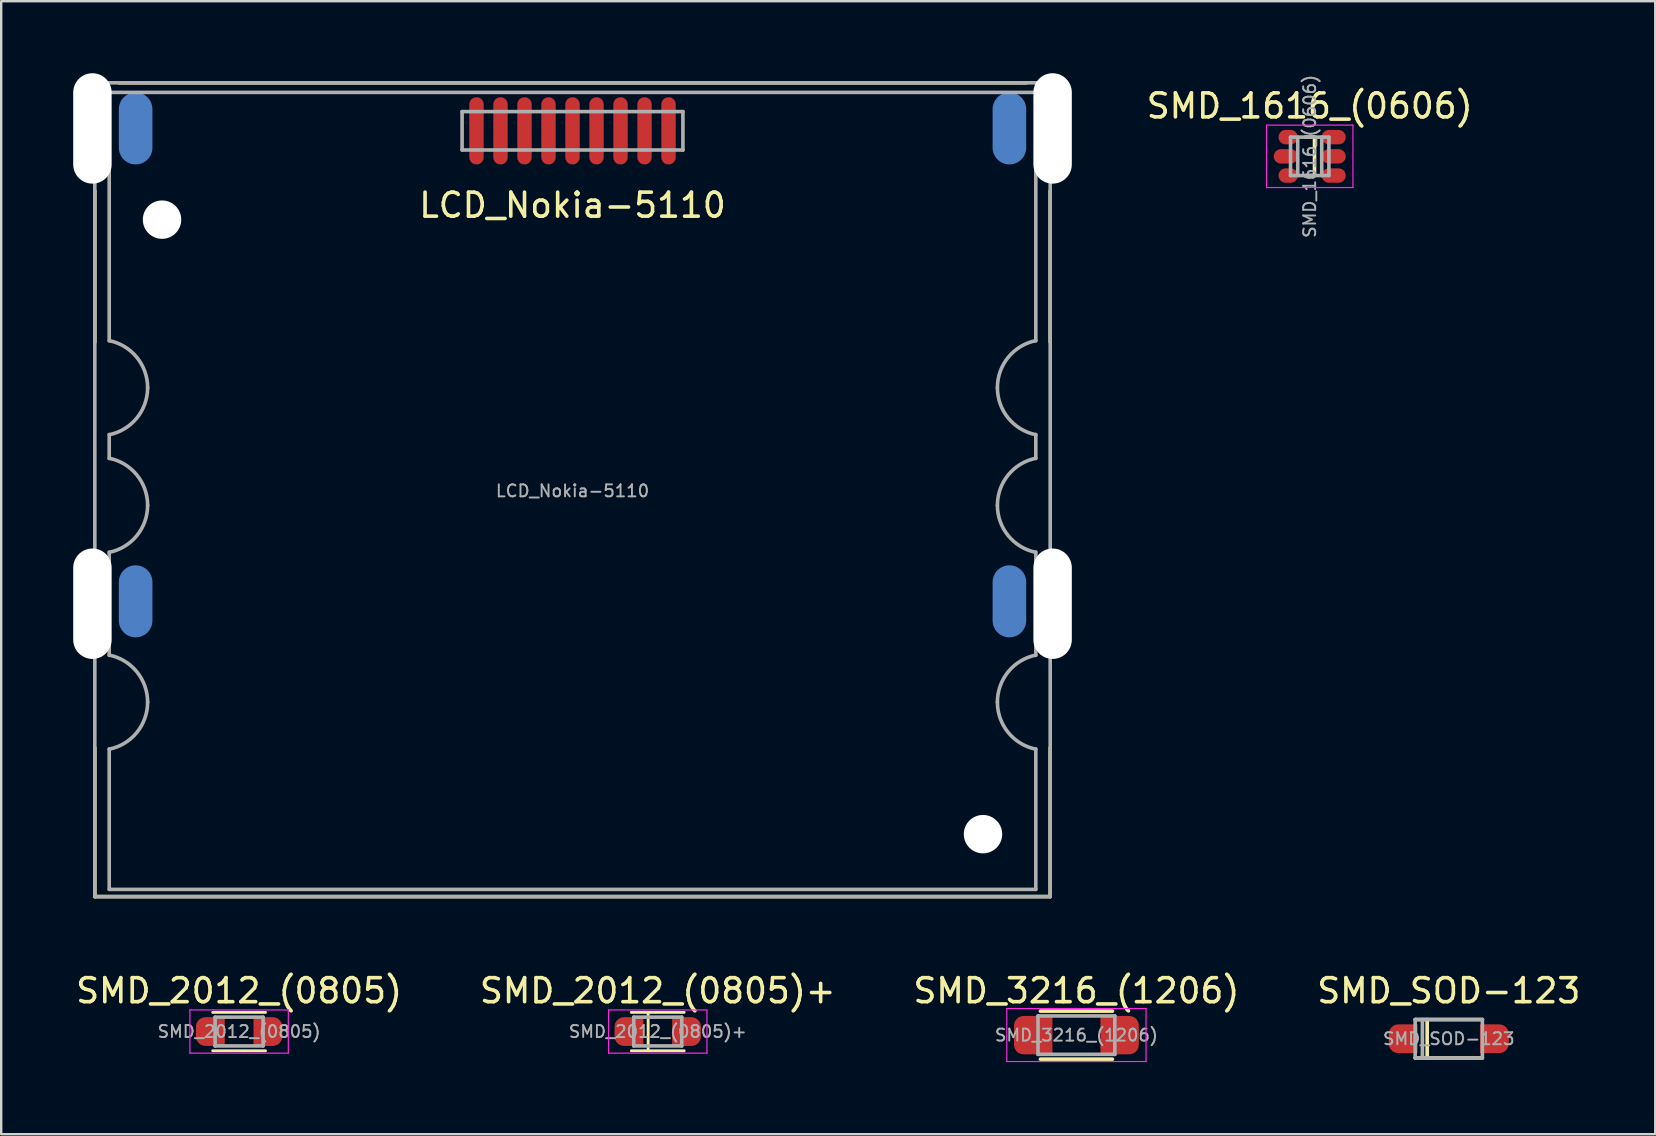
<source format=kicad_pcb>
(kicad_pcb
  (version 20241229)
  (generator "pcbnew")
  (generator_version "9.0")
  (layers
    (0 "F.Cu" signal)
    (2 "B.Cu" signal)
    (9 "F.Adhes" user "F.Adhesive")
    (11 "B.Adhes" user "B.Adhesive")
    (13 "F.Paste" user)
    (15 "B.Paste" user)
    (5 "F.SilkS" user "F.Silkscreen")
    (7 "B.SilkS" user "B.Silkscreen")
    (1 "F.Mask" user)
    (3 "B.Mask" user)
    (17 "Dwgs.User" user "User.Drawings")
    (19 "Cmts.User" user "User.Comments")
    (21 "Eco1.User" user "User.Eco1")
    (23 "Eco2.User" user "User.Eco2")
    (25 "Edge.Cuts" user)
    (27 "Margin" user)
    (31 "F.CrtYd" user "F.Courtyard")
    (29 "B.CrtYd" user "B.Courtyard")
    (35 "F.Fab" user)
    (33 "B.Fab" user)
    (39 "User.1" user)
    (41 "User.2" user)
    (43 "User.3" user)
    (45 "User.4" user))
  (footprint "SMD_2012_(0805)+"
    (layer "F.Cu")
    (at 24.351 39.923)
    (property "Reference" "SMD_2012_(0805)+" (at 0 -1.7 0) (layer "F.SilkS") (effects (font (size 1 1) (thickness 0.15))))
    (attr smd)
    (fp_line (start -1.1 -0.8) (end 1.1 -0.8) (stroke (width 0.12) (type solid)) (layer "F.SilkS"))
    (fp_line (start -0.4 -0.8) (end -0.4 0.8) (stroke (width 0.12) (type solid)) (layer "F.SilkS"))
    (fp_line (start 1.1 0.8) (end -1.1 0.8) (stroke (width 0.12) (type solid)) (layer "F.SilkS"))
    (fp_line (start -2.05 -0.9) (end -2.05 0.9) (stroke (width 0.05) (type solid)) (layer "F.CrtYd"))
    (fp_line (start -2.05 -0.9) (end 2.05 -0.9) (stroke (width 0.05) (type solid)) (layer "F.CrtYd"))
    (fp_line (start 2.05 0.9) (end -2.05 0.9) (stroke (width 0.05) (type solid)) (layer "F.CrtYd"))
    (fp_line (start 2.05 0.9) (end 2.05 -0.9) (stroke (width 0.05) (type solid)) (layer "F.CrtYd"))
    (fp_line (start -1 -0.6) (end 1 -0.6) (stroke (width 0.15) (type solid)) (layer "F.Fab"))
    (fp_line (start -1 0.6) (end -1 -0.6) (stroke (width 0.15) (type solid)) (layer "F.Fab"))
    (fp_line (start 1 -0.6) (end 1 0.6) (stroke (width 0.15) (type solid)) (layer "F.Fab"))
    (fp_line (start 1 0.6) (end -1 0.6) (stroke (width 0.15) (type solid)) (layer "F.Fab"))
    (fp_text user "${REFERENCE}" (at 0 0 0) (layer "F.Fab") (effects (font (size 0.5 0.5) (thickness 0.08))))
    (pad "1" smd custom (at -1.2 0) (size 1.2 1.2) (layers "F.Cu" "F.Mask" "F.Paste") (options (anchor circle)) (primitives (gr_poly (pts (xy 0.6 0.6) (xy -0.2 0.6) (xy -0.6 0.2) (xy -0.6 -0.2) (xy -0.2 -0.6) (xy 0.6 -0.6)) (width 0) (fill yes)) (gr_circle (center -0.2 0.2) (end 0.2 0.2) (width 0) (fill yes)) (gr_circle (center -0.2 -0.2) (end 0.2 -0.2) (width 0) (fill yes))))
    (pad "2" smd custom (at 1.2 0 180) (size 1.2 1.2) (layers "F.Cu" "F.Mask" "F.Paste") (options (anchor circle)) (primitives (gr_poly (pts (xy 0.6 0.6) (xy -0.2 0.6) (xy -0.6 0.2) (xy -0.6 -0.2) (xy -0.2 -0.6) (xy 0.6 -0.6)) (width 0) (fill yes)) (gr_circle (center -0.2 0.2) (end 0.2 0.2) (width 0) (fill yes)) (gr_circle (center -0.2 -0.2) (end 0.2 -0.2) (width 0) (fill yes)))))
  (footprint "SMD_1616_(0606)"
    (layer "F.Cu")
    (at 51.511 3.463)
    (property "Reference" "SMD_1616_(0606)" (at 0 -2.1 0) (layer "F.SilkS") (effects (font (size 1 1) (thickness 0.15))))
    (attr smd)
    (fp_line (start -0.2 -0.8) (end 0.2 -0.8) (stroke (width 0.15) (type solid)) (layer "F.SilkS"))
    (fp_line (start 0.2 -0.8) (end 0.2 0.8) (stroke (width 0.15) (type solid)) (layer "F.SilkS"))
    (fp_line (start 0.2 0.8) (end -0.2 0.8) (stroke (width 0.15) (type solid)) (layer "F.SilkS"))
    (fp_line (start -1.8 -1.3) (end -1.8 1.3) (stroke (width 0.05) (type solid)) (layer "F.CrtYd"))
    (fp_line (start -1.8 -1.3) (end 1.8 -1.3) (stroke (width 0.05) (type solid)) (layer "F.CrtYd"))
    (fp_line (start 1.8 1.3) (end -1.8 1.3) (stroke (width 0.05) (type solid)) (layer "F.CrtYd"))
    (fp_line (start 1.8 1.3) (end 1.8 -1.3) (stroke (width 0.05) (type solid)) (layer "F.CrtYd"))
    (fp_line (start -0.8 -0.8) (end 0.8 -0.8) (stroke (width 0.15) (type solid)) (layer "F.Fab"))
    (fp_line (start -0.8 0.8) (end -0.8 -0.8) (stroke (width 0.15) (type solid)) (layer "F.Fab"))
    (fp_line (start -0.5 -0.8) (end -0.5 0.8) (stroke (width 0.15) (type solid)) (layer "F.Fab"))
    (fp_line (start 0.5 -0.8) (end 0.5 0.8) (stroke (width 0.15) (type solid)) (layer "F.Fab"))
    (fp_line (start 0.8 -0.8) (end 0.8 0.8) (stroke (width 0.15) (type solid)) (layer "F.Fab"))
    (fp_line (start 0.8 0.8) (end -0.8 0.8) (stroke (width 0.15) (type solid)) (layer "F.Fab"))
    (fp_text user "${REFERENCE}" (at 0 0 90) (layer "F.Fab") (effects (font (size 0.5 0.5) (thickness 0.08))))
    (pad "1" smd oval (at -0.9 -0.8) (size 0.8 0.6) (layers "F.Cu" "F.Mask" "F.Paste"))
    (pad "2" smd oval (at -1 0) (size 1 0.6) (layers "F.Cu" "F.Mask" "F.Paste"))
    (pad "3" smd oval (at -0.9 0.8) (size 0.8 0.6) (layers "F.Cu" "F.Mask" "F.Paste"))
    (pad "4" smd oval (at 1 0.8) (size 1 0.6) (layers "F.Cu" "F.Mask" "F.Paste"))
    (pad "5" smd oval (at 1 0) (size 1 0.6) (layers "F.Cu" "F.Mask" "F.Paste"))
    (pad "6" smd oval (at 1 -0.8) (size 1 0.6) (layers "F.Cu" "F.Mask" "F.Paste")))
  (footprint "SMD_3216_(1206)"
    (layer "F.Cu")
    (at 41.792 40.073)
    (property "Reference" "SMD_3216_(1206)" (at 0 -1.85 0) (layer "F.SilkS") (effects (font (size 1 1) (thickness 0.15))))
    (attr smd)
    (fp_line (start -1.5 -1) (end 1.5 -1) (stroke (width 0.15) (type solid)) (layer "F.SilkS"))
    (fp_line (start 1.5 1) (end -1.5 1) (stroke (width 0.15) (type solid)) (layer "F.SilkS"))
    (fp_line (start -2.9 -1.11) (end -2.9 1.1) (stroke (width 0.05) (type solid)) (layer "F.CrtYd"))
    (fp_line (start -2.9 -1.11) (end 2.9 -1.11) (stroke (width 0.05) (type solid)) (layer "F.CrtYd"))
    (fp_line (start 2.9 1.1) (end -2.9 1.1) (stroke (width 0.05) (type solid)) (layer "F.CrtYd"))
    (fp_line (start 2.9 1.1) (end 2.9 -1.11) (stroke (width 0.05) (type solid)) (layer "F.CrtYd"))
    (fp_line (start -1.6 -0.8) (end 1.6 -0.8) (stroke (width 0.15) (type solid)) (layer "F.Fab"))
    (fp_line (start -1.6 0.8) (end -1.6 -0.8) (stroke (width 0.15) (type solid)) (layer "F.Fab"))
    (fp_line (start 1.6 -0.8) (end 1.6 0.8) (stroke (width 0.15) (type solid)) (layer "F.Fab"))
    (fp_line (start 1.6 0.8) (end -1.6 0.8) (stroke (width 0.15) (type solid)) (layer "F.Fab"))
    (fp_text user "${REFERENCE}" (at 0 0 0) (layer "F.Fab") (effects (font (size 0.5 0.5) (thickness 0.08))))
    (pad "1" smd custom (at -1.8 0) (size 1.6 1.6) (layers "F.Cu" "F.Mask" "F.Paste") (options (anchor circle)) (primitives (gr_poly (pts (xy 0.8 0.8) (xy -0.4 0.8) (xy -0.8 0.4) (xy -0.8 -0.4) (xy -0.4 -0.8) (xy 0.8 -0.8)) (width 0) (fill yes)) (gr_circle (center -0.4 0.4) (end 0 0.4) (width 0) (fill yes)) (gr_circle (center -0.4 -0.4) (end 0 -0.4) (width 0) (fill yes))))
    (pad "2" smd custom (at 1.8 0 180) (size 1.6 1.6) (layers "F.Cu" "F.Mask" "F.Paste") (options (anchor circle)) (primitives (gr_poly (pts (xy 0.8 0.8) (xy -0.4 0.8) (xy -0.8 0.4) (xy -0.8 -0.4) (xy -0.4 -0.8) (xy 0.8 -0.8)) (width 0) (fill yes)) (gr_circle (center -0.4 0.4) (end 0 0.4) (width 0) (fill yes)) (gr_circle (center -0.4 -0.4) (end 0 -0.4) (width 0) (fill yes)))))
  (footprint "SMD_SOD-123"
    (layer "F.Cu")
    (at 57.304 40.223)
    (property "Reference" "SMD_SOD-123" (at 0 -2 0) (layer "F.SilkS") (effects (font (size 1 1) (thickness 0.15))))
    (attr smd)
    (fp_line (start -1.4 -0.8) (end 1.4 -0.8) (stroke (width 0.15) (type solid)) (layer "F.SilkS"))
    (fp_line (start -1.4 0.8) (end 1.4 0.8) (stroke (width 0.15) (type solid)) (layer "F.SilkS"))
    (fp_line (start -0.9 -0.8) (end -0.9 0.8) (stroke (width 0.15) (type solid)) (layer "F.SilkS"))
    (fp_line (start -1.4 -0.8) (end 1.4 -0.8) (stroke (width 0.15) (type solid)) (layer "F.Fab"))
    (fp_line (start -1.4 0.8) (end -1.4 -0.8) (stroke (width 0.15) (type solid)) (layer "F.Fab"))
    (fp_line (start -1.1 -0.8) (end -1.1 0.8) (stroke (width 0.15) (type solid)) (layer "F.Fab"))
    (fp_line (start 1.4 -0.8) (end 1.4 0.8) (stroke (width 0.15) (type solid)) (layer "F.Fab"))
    (fp_line (start 1.4 0.8) (end -1.4 0.8) (stroke (width 0.15) (type solid)) (layer "F.Fab"))
    (fp_text user "${REFERENCE}" (at 0 0 0) (layer "F.Fab") (effects (font (size 0.5 0.5) (thickness 0.08))))
    (pad "1" smd custom (at -1.9 0) (size 1.2 1.2) (layers "F.Cu" "F.Mask" "F.Paste") (options (anchor circle)) (primitives (gr_poly (pts (xy 0.6 0.6) (xy -0.2 0.6) (xy -0.6 0.2) (xy -0.6 -0.2) (xy -0.2 -0.6) (xy 0.6 -0.6)) (width 0) (fill yes)) (gr_circle (center -0.2 0.2) (end 0.2 0.2) (width 0) (fill yes)) (gr_circle (center -0.2 -0.2) (end 0.2 -0.2) (width 0) (fill yes))))
    (pad "2" smd custom (at 1.9 0 180) (size 1.2 1.2) (layers "F.Cu" "F.Mask" "F.Paste") (options (anchor circle)) (primitives (gr_poly (pts (xy 0.6 0.6) (xy -0.2 0.6) (xy -0.6 0.2) (xy -0.6 -0.2) (xy -0.2 -0.6) (xy 0.6 -0.6)) (width 0) (fill yes)) (gr_circle (center -0.2 0.2) (end 0.2 0.2) (width 0) (fill yes)) (gr_circle (center -0.2 -0.2) (end 0.2 -0.2) (width 0) (fill yes)))))
  (footprint "SMD_2012_(0805)"
    (layer "F.Cu")
    (at 6.911 39.923)
    (property "Reference" "SMD_2012_(0805)" (at 0 -1.7 0) (layer "F.SilkS") (effects (font (size 1 1) (thickness 0.15))))
    (attr smd)
    (fp_line (start -1.1 -0.8) (end 1.1 -0.8) (stroke (width 0.12) (type solid)) (layer "F.SilkS"))
    (fp_line (start 1.1 0.8) (end -1.1 0.8) (stroke (width 0.12) (type solid)) (layer "F.SilkS"))
    (fp_line (start -2.05 -0.9) (end -2.05 0.9) (stroke (width 0.05) (type solid)) (layer "F.CrtYd"))
    (fp_line (start -2.05 -0.9) (end 2.05 -0.9) (stroke (width 0.05) (type solid)) (layer "F.CrtYd"))
    (fp_line (start 2.05 0.9) (end -2.05 0.9) (stroke (width 0.05) (type solid)) (layer "F.CrtYd"))
    (fp_line (start 2.05 0.9) (end 2.05 -0.9) (stroke (width 0.05) (type solid)) (layer "F.CrtYd"))
    (fp_line (start -1 -0.6) (end 1 -0.6) (stroke (width 0.15) (type solid)) (layer "F.Fab"))
    (fp_line (start -1 0.6) (end -1 -0.6) (stroke (width 0.15) (type solid)) (layer "F.Fab"))
    (fp_line (start 1 -0.6) (end 1 0.6) (stroke (width 0.15) (type solid)) (layer "F.Fab"))
    (fp_line (start 1 0.6) (end -1 0.6) (stroke (width 0.15) (type solid)) (layer "F.Fab"))
    (fp_text user "${REFERENCE}" (at 0 0 0) (layer "F.Fab") (effects (font (size 0.5 0.5) (thickness 0.08))))
    (pad "1" smd custom (at -1.2 0) (size 1.2 1.2) (layers "F.Cu" "F.Mask" "F.Paste") (options (anchor circle)) (primitives (gr_poly (pts (xy 0.6 0.6) (xy -0.2 0.6) (xy -0.6 0.2) (xy -0.6 -0.2) (xy -0.2 -0.6) (xy 0.6 -0.6)) (width 0) (fill yes)) (gr_circle (center -0.2 0.2) (end 0.2 0.2) (width 0) (fill yes)) (gr_circle (center -0.2 -0.2) (end 0.2 -0.2) (width 0) (fill yes))))
    (pad "2" smd custom (at 1.2 0 180) (size 1.2 1.2) (layers "F.Cu" "F.Mask" "F.Paste") (options (anchor circle)) (primitives (gr_poly (pts (xy 0.6 0.6) (xy -0.2 0.6) (xy -0.6 0.2) (xy -0.6 -0.2) (xy -0.2 -0.6) (xy 0.6 -0.6)) (width 0) (fill yes)) (gr_circle (center -0.2 0.2) (end 0.2 0.2) (width 0) (fill yes)) (gr_circle (center -0.2 -0.2) (end 0.2 -0.2) (width 0) (fill yes)))))
  (footprint "LCD_Nokia-5110"
    (layer "F.Cu")
    (at 20.8 17.4)
    (property "Reference" "LCD_Nokia-5110" (at 0 -11.9 0) (layer "F.SilkS") (effects (font (size 1 1) (thickness 0.15))))
    (attr through_hole)
    (fp_line (start -19.9 -12.5) (end -19.9 -6.2) (stroke (width 0.15) (type solid)) (layer "F.SilkS"))
    (fp_line (start -19.9 10.7) (end -19.9 16.9) (stroke (width 0.15) (type solid)) (layer "F.SilkS"))
    (fp_line (start -18.9 -17) (end 18.9 -17) (stroke (width 0.15) (type solid)) (layer "F.SilkS"))
    (fp_line (start 19.9 -12.5) (end 19.9 -6.2) (stroke (width 0.15) (type solid)) (layer "F.SilkS"))
    (fp_line (start 19.9 10.7) (end 19.9 16.9) (stroke (width 0.15) (type solid)) (layer "F.SilkS"))
    (fp_line (start 19.9 16.9) (end -19.9 16.9) (stroke (width 0.15) (type solid)) (layer "F.SilkS"))
    (fp_line (start -19.9 -17) (end -19.9 16.9) (stroke (width 0.15) (type solid)) (layer "F.Fab"))
    (fp_line (start -19.3 -16.6) (end -19.3 -6.25) (stroke (width 0.15) (type solid)) (layer "F.Fab"))
    (fp_line (start -19.3 -16.6) (end 19.3 -16.6) (stroke (width 0.15) (type solid)) (layer "F.Fab"))
    (fp_line (start -19.3 -2.35) (end -19.3 -1.35) (stroke (width 0.15) (type solid)) (layer "F.Fab"))
    (fp_line (start -19.3 2.55) (end -19.3 6.85) (stroke (width 0.15) (type solid)) (layer "F.Fab"))
    (fp_line (start -19.3 16.6) (end -19.3 10.75) (stroke (width 0.15) (type solid)) (layer "F.Fab"))
    (fp_line (start -19.3 16.6) (end 19.3 16.6) (stroke (width 0.15) (type solid)) (layer "F.Fab"))
    (fp_line (start -4.6 -15.8) (end -4.6 -14.2) (stroke (width 0.15) (type solid)) (layer "F.Fab"))
    (fp_line (start -4.6 -15.8) (end 4.6 -15.8) (stroke (width 0.15) (type solid)) (layer "F.Fab"))
    (fp_line (start 4.6 -15.8) (end 4.6 -14.2) (stroke (width 0.15) (type solid)) (layer "F.Fab"))
    (fp_line (start 4.6 -14.2) (end -4.6 -14.2) (stroke (width 0.15) (type solid)) (layer "F.Fab"))
    (fp_line (start 19.3 -16.6) (end 19.3 -6.25) (stroke (width 0.15) (type solid)) (layer "F.Fab"))
    (fp_line (start 19.3 -2.35) (end 19.3 -1.35) (stroke (width 0.15) (type solid)) (layer "F.Fab"))
    (fp_line (start 19.3 2.55) (end 19.3 6.85) (stroke (width 0.15) (type solid)) (layer "F.Fab"))
    (fp_line (start 19.3 10.75) (end 19.3 16.6) (stroke (width 0.15) (type solid)) (layer "F.Fab"))
    (fp_line (start 19.9 -17) (end -19.9 -17) (stroke (width 0.15) (type solid)) (layer "F.Fab"))
    (fp_line (start 19.9 -17) (end 19.9 16.9) (stroke (width 0.15) (type solid)) (layer "F.Fab"))
    (fp_line (start 19.9 16.9) (end -19.9 16.9) (stroke (width 0.15) (type solid)) (layer "F.Fab"))
    (fp_arc (start -19.298112 -6.259205) (mid -18.150198 -5.564164) (end -17.7 -4.3) (stroke (width 0.15) (type solid)) (layer "F.Fab"))
    (fp_arc (start -19.298112 -1.359205) (mid -18.150198 -0.664164) (end -17.7 0.6) (stroke (width 0.15) (type solid)) (layer "F.Fab"))
    (fp_arc (start -19.298112 6.840795) (mid -18.150198 7.535836) (end -17.7 8.8) (stroke (width 0.15) (type solid)) (layer "F.Fab"))
    (fp_arc (start -17.7 -4.3) (mid -18.150197 -3.035835) (end -19.298112 -2.340795) (stroke (width 0.15) (type solid)) (layer "F.Fab"))
    (fp_arc (start -17.7 0.6) (mid -18.150197 1.864165) (end -19.298112 2.559205) (stroke (width 0.15) (type solid)) (layer "F.Fab"))
    (fp_arc (start -17.7 8.8) (mid -18.150197 10.064165) (end -19.298112 10.759205) (stroke (width 0.15) (type solid)) (layer "F.Fab"))
    (fp_arc (start 17.7 -4.3) (mid 18.150197 -5.564165) (end 19.298112 -6.259205) (stroke (width 0.15) (type solid)) (layer "F.Fab"))
    (fp_arc (start 17.7 0.6) (mid 18.150197 -0.664165) (end 19.298112 -1.359205) (stroke (width 0.15) (type solid)) (layer "F.Fab"))
    (fp_arc (start 17.7 8.8) (mid 18.150197 7.535835) (end 19.298112 6.840795) (stroke (width 0.15) (type solid)) (layer "F.Fab"))
    (fp_arc (start 19.298112 2.559205) (mid 18.150198 1.864164) (end 17.7 0.6) (stroke (width 0.15) (type solid)) (layer "F.Fab"))
    (fp_arc (start 19.298112 10.759205) (mid 18.150198 10.064164) (end 17.7 8.8) (stroke (width 0.15) (type solid)) (layer "F.Fab"))
    (fp_arc (start 19.299924 -2.340424) (mid 18.150782 -3.035119) (end 17.7 -4.3) (stroke (width 0.15) (type solid)) (layer "F.Fab"))
    (fp_text user "${REFERENCE}" (at 0 0 0) (layer "F.Fab") (effects (font (size 0.5 0.5) (thickness 0.08))))
    (pad "" np_thru_hole oval (at -20 -15.1) (size 1.6 4.6) (drill oval 1.6 4.6) (layers "*.Cu" "*.Mask"))
    (pad "" np_thru_hole oval (at -20 4.7) (size 1.6 4.6) (drill oval 1.6 4.6) (layers "*.Cu" "*.Mask"))
    (pad "" np_thru_hole circle (at -17.1 -11.3) (size 1.6 1.6) (drill 1.6) (layers "*.Cu" "*.Mask"))
    (pad "" np_thru_hole circle (at 17.1 14.3) (size 1.6 1.6) (drill 1.6) (layers "*.Cu" "*.Mask"))
    (pad "" np_thru_hole oval (at 20 -15.1) (size 1.6 4.6) (drill oval 1.6 4.6) (layers "*.Cu" "*.Mask"))
    (pad "" np_thru_hole oval (at 20 4.7) (size 1.6 4.6) (drill oval 1.6 4.6) (layers "*.Cu" "*.Mask"))
    (pad "1" smd oval (at -4 -15) (size 0.6 2.8) (layers "F.Cu" "F.Mask"))
    (pad "2" smd oval (at -3 -15) (size 0.6 2.8) (layers "F.Cu" "F.Mask"))
    (pad "3" smd oval (at -18.2 -15.1) (size 1.4 3) (layers "B.Cu" "B.Mask"))
    (pad "3" smd oval (at -18.2 4.6) (size 1.4 3) (layers "B.Cu" "B.Mask"))
    (pad "3" smd oval (at -2 -15) (size 0.6 2.8) (layers "F.Cu" "F.Mask"))
    (pad "3" smd oval (at 18.2 -15.1) (size 1.4 3) (layers "B.Cu" "B.Mask"))
    (pad "3" smd oval (at 18.2 4.6) (size 1.4 3) (layers "B.Cu" "B.Mask"))
    (pad "4" smd oval (at -1 -15) (size 0.6 2.8) (layers "F.Cu" "F.Mask"))
    (pad "5" smd oval (at 0 -15) (size 0.6 2.8) (layers "F.Cu" "F.Mask"))
    (pad "6" smd oval (at 1 -15) (size 0.6 2.8) (layers "F.Cu" "F.Mask"))
    (pad "7" smd oval (at 2 -15) (size 0.6 2.8) (layers "F.Cu" "F.Mask"))
    (pad "8" smd oval (at 3 -15) (size 0.6 2.8) (layers "F.Cu" "F.Mask"))
    (pad "9" smd oval (at 4 -15) (size 0.6 2.8) (layers "F.Cu" "F.Mask")))
  (gr_rect
    (start -3 -3)
    (end 65.905 44.198)
    (stroke (width 0.1) (type default))
    (fill no)
    (layer "Edge.Cuts")))
</source>
